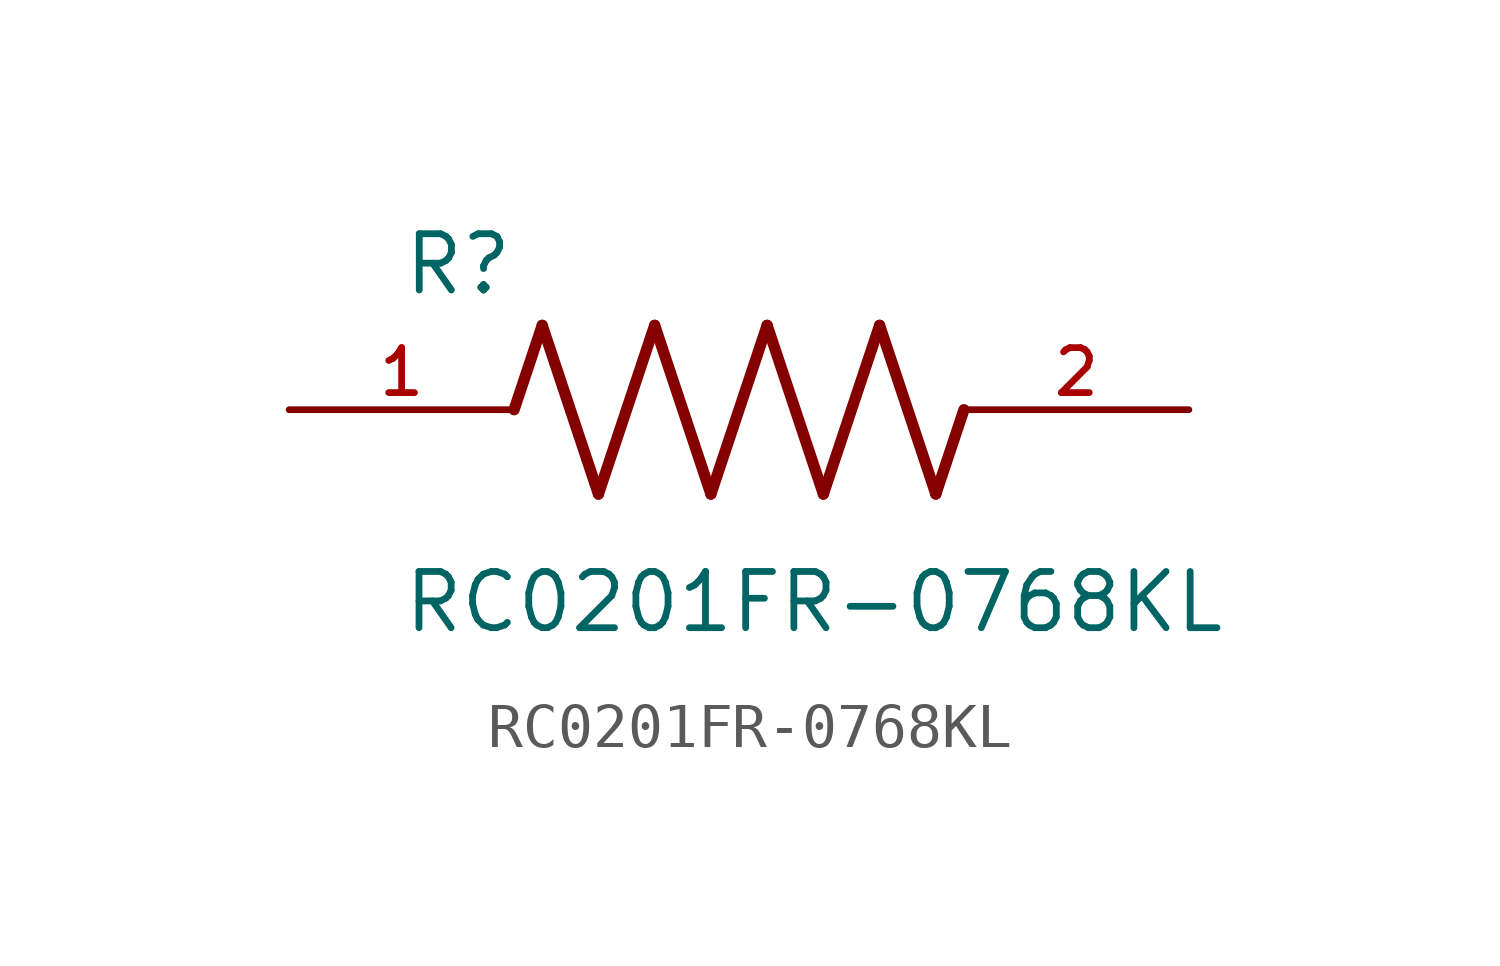
<source format=kicad_sym>
(kicad_symbol_lib
  (version 20211014)
  (generator kicad_symbol_editor)
  (symbol "RC0201FR-0768KL"
    (pin_names
      (offset 1.016))
    (property "Reference" "R"
      (at -7.624 2.541 0)
      (effects (font (size 1.27 1.27)) (justify bottom left)))
    (property "Value" "RC0201FR-0768KL"
      (at -7.63 -5.087 0)
      (effects (font (size 1.27 1.27)) (justify bottom left)))
    (symbol "RC0201FR-0768KL_0_0"
      (polyline (pts (xy -5.08 0.0) (xy -4.445 1.905)) (stroke (width 0.254)))
      (polyline (pts (xy -4.445 1.905) (xy -3.175 -1.905)) (stroke (width 0.254)))
      (polyline (pts (xy -3.175 -1.905) (xy -1.905 1.905)) (stroke (width 0.254)))
      (polyline (pts (xy -1.905 1.905) (xy -0.635 -1.905)) (stroke (width 0.254)))
      (polyline (pts (xy -0.635 -1.905) (xy 0.635 1.905)) (stroke (width 0.254)))
      (polyline (pts (xy 0.635 1.905) (xy 1.905 -1.905)) (stroke (width 0.254)))
      (polyline (pts (xy 1.905 -1.905) (xy 3.175 1.905)) (stroke (width 0.254)))
      (polyline (pts (xy 3.175 1.905) (xy 4.445 -1.905)) (stroke (width 0.254)))
      (polyline (pts (xy 4.445 -1.905) (xy 5.08 0.0)) (stroke (width 0.254)))
      (pin passive line (at -10.16 0.0 0) (length 5.08) (name "~" (effects (font (size 1.016 1.016)))) (number "1" (effects (font (size 1.016 1.016)))))
      (pin passive line (at 10.16 0.0 180.0) (length 5.08) (name "~" (effects (font (size 1.016 1.016)))) (number "2" (effects (font (size 1.016 1.016))))))))
</source>
